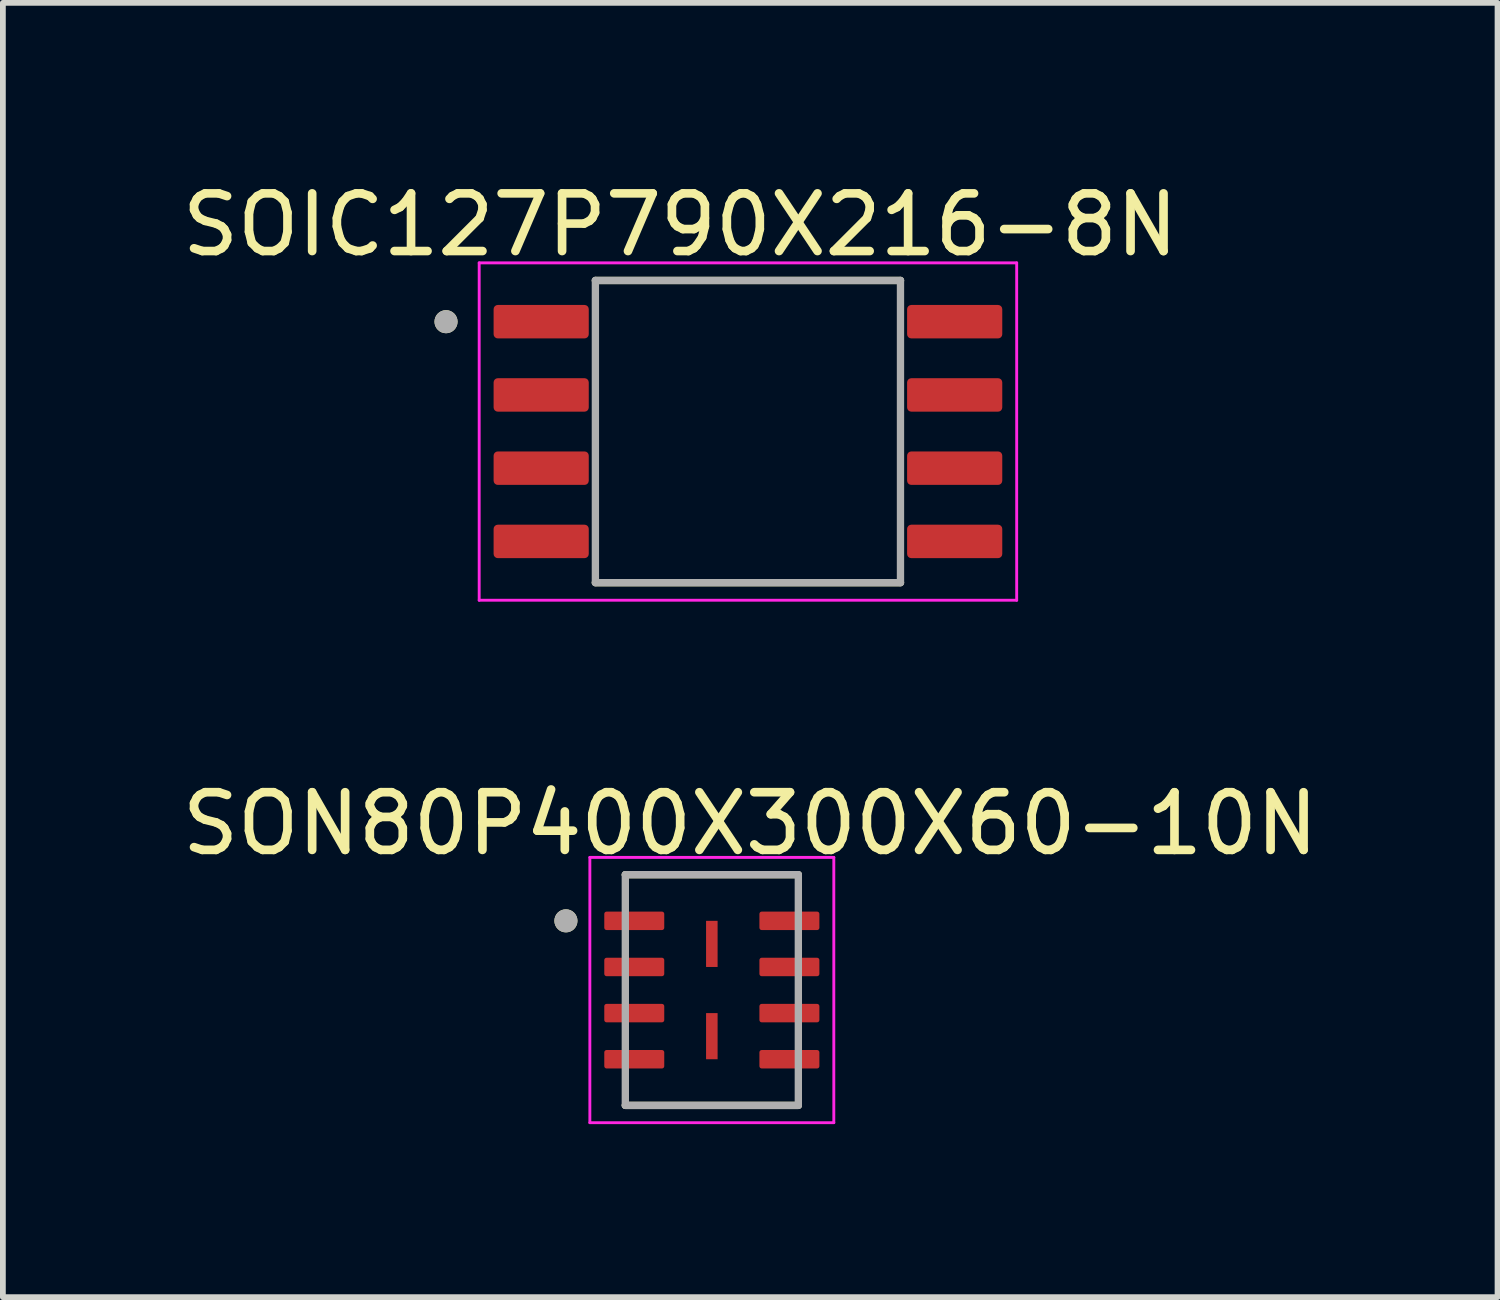
<source format=kicad_pcb>
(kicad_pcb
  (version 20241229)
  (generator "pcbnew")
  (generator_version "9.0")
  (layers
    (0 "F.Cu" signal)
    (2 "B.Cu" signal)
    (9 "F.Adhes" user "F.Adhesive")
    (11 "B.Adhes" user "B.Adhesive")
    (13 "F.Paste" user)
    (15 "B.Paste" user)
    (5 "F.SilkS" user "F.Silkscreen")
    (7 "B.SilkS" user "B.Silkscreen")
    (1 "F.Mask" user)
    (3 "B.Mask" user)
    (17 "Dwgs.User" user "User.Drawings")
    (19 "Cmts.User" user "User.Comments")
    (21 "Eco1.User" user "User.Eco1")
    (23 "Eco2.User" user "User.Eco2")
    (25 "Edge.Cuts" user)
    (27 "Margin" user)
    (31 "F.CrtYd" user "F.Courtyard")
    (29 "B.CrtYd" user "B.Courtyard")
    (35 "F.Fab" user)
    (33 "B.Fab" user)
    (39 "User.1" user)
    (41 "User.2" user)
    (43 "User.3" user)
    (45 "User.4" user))
  (footprint "SOIC127P790X216-8N"
    (layer "F.Cu")
    (at 9.919 4.433)
    (property "Reference" "SOIC127P790X216-8N" (at -1.175 -3.585 0) (layer "F.SilkS") (effects (font (size 1 1) (thickness 0.15))))
    (attr smd)
    (fp_line (start -2.645 -2.62) (end 2.645 -2.62) (stroke (width 0.127) (type solid)) (layer "F.SilkS"))
    (fp_line (start -2.645 2.62) (end 2.645 2.62) (stroke (width 0.127) (type solid)) (layer "F.SilkS"))
    (fp_circle (center -5.235 -1.905) (end -5.135 -1.905) (stroke (width 0.2) (type solid)) (fill no) (layer "F.SilkS"))
    (fp_line (start -4.66 -2.925) (end -4.66 2.925) (stroke (width 0.05) (type solid)) (layer "F.CrtYd"))
    (fp_line (start -4.66 -2.925) (end 4.66 -2.925) (stroke (width 0.05) (type solid)) (layer "F.CrtYd"))
    (fp_line (start -4.66 2.925) (end 4.66 2.925) (stroke (width 0.05) (type solid)) (layer "F.CrtYd"))
    (fp_line (start 4.66 -2.925) (end 4.66 2.925) (stroke (width 0.05) (type solid)) (layer "F.CrtYd"))
    (fp_line (start -2.645 -2.62) (end -2.645 2.62) (stroke (width 0.127) (type solid)) (layer "F.Fab"))
    (fp_line (start -2.645 -2.62) (end 2.645 -2.62) (stroke (width 0.127) (type solid)) (layer "F.Fab"))
    (fp_line (start -2.645 2.62) (end 2.645 2.62) (stroke (width 0.127) (type solid)) (layer "F.Fab"))
    (fp_line (start 2.645 -2.62) (end 2.645 2.62) (stroke (width 0.127) (type solid)) (layer "F.Fab"))
    (fp_circle (center -5.235 -1.905) (end -5.135 -1.905) (stroke (width 0.2) (type solid)) (fill no) (layer "F.Fab"))
    (pad "1" smd roundrect (at -3.585 -1.905) (size 1.65 0.58) (layers "F.Cu" "F.Mask" "F.Paste") (roundrect_rratio 0.125))
    (pad "2" smd roundrect (at -3.585 -0.635) (size 1.65 0.58) (layers "F.Cu" "F.Mask" "F.Paste") (roundrect_rratio 0.125))
    (pad "3" smd roundrect (at -3.585 0.635) (size 1.65 0.58) (layers "F.Cu" "F.Mask" "F.Paste") (roundrect_rratio 0.125))
    (pad "4" smd roundrect (at -3.585 1.905) (size 1.65 0.58) (layers "F.Cu" "F.Mask" "F.Paste") (roundrect_rratio 0.125))
    (pad "5" smd roundrect (at 3.585 1.905) (size 1.65 0.58) (layers "F.Cu" "F.Mask" "F.Paste") (roundrect_rratio 0.125))
    (pad "6" smd roundrect (at 3.585 0.635) (size 1.65 0.58) (layers "F.Cu" "F.Mask" "F.Paste") (roundrect_rratio 0.125))
    (pad "7" smd roundrect (at 3.585 -0.635) (size 1.65 0.58) (layers "F.Cu" "F.Mask" "F.Paste") (roundrect_rratio 0.125))
    (pad "8" smd roundrect (at 3.585 -1.905) (size 1.65 0.58) (layers "F.Cu" "F.Mask" "F.Paste") (roundrect_rratio 0.125)))
  (footprint "SON80P400X300X60-10N"
    (layer "F.Cu")
    (at 9.293 14.117)
    (property "Reference" "SON80P400X300X60-10N" (at 0.665 -2.885 0) (layer "F.SilkS") (effects (font (size 1 1) (thickness 0.15))))
    (attr smd)
    (fp_line (start -1.5 -2) (end 1.5 -2) (stroke (width 0.127) (type solid)) (layer "F.SilkS"))
    (fp_line (start -1.5 2) (end 1.5 2) (stroke (width 0.127) (type solid)) (layer "F.SilkS"))
    (fp_circle (center -2.53 -1.2) (end -2.43 -1.2) (stroke (width 0.2) (type solid)) (fill no) (layer "F.SilkS"))
    (fp_line (start -2.115 -2.3) (end -2.115 2.3) (stroke (width 0.05) (type solid)) (layer "F.CrtYd"))
    (fp_line (start -2.115 -2.3) (end 2.115 -2.3) (stroke (width 0.05) (type solid)) (layer "F.CrtYd"))
    (fp_line (start -2.115 2.3) (end 2.115 2.3) (stroke (width 0.05) (type solid)) (layer "F.CrtYd"))
    (fp_line (start 2.115 -2.3) (end 2.115 2.3) (stroke (width 0.05) (type solid)) (layer "F.CrtYd"))
    (fp_line (start -1.5 -2) (end -1.5 2) (stroke (width 0.127) (type solid)) (layer "F.Fab"))
    (fp_line (start -1.5 -2) (end 1.5 -2) (stroke (width 0.127) (type solid)) (layer "F.Fab"))
    (fp_line (start -1.5 2) (end 1.5 2) (stroke (width 0.127) (type solid)) (layer "F.Fab"))
    (fp_line (start 1.5 -2) (end 1.5 2) (stroke (width 0.127) (type solid)) (layer "F.Fab"))
    (fp_circle (center -2.53 -1.2) (end -2.43 -1.2) (stroke (width 0.2) (type solid)) (fill no) (layer "F.Fab"))
    (pad "1" smd roundrect (at -1.345 -1.2) (size 1.04 0.32) (layers "F.Cu" "F.Mask" "F.Paste") (roundrect_rratio 0.125))
    (pad "2" smd roundrect (at -1.345 -0.4) (size 1.04 0.32) (layers "F.Cu" "F.Mask" "F.Paste") (roundrect_rratio 0.125))
    (pad "3" smd roundrect (at -1.345 0.4) (size 1.04 0.32) (layers "F.Cu" "F.Mask" "F.Paste") (roundrect_rratio 0.125))
    (pad "4" smd roundrect (at -1.345 1.2) (size 1.04 0.32) (layers "F.Cu" "F.Mask" "F.Paste") (roundrect_rratio 0.125))
    (pad "5" smd roundrect (at 1.345 1.2) (size 1.04 0.32) (layers "F.Cu" "F.Mask" "F.Paste") (roundrect_rratio 0.125))
    (pad "6" smd roundrect (at 1.345 0.4) (size 1.04 0.32) (layers "F.Cu" "F.Mask" "F.Paste") (roundrect_rratio 0.125))
    (pad "7" smd roundrect (at 1.345 -0.4) (size 1.04 0.32) (layers "F.Cu" "F.Mask" "F.Paste") (roundrect_rratio 0.125))
    (pad "8" smd roundrect (at 1.345 -1.2) (size 1.04 0.32) (layers "F.Cu" "F.Mask" "F.Paste") (roundrect_rratio 0.125))
    (pad "9" smd rect (at 0 -0.8) (size 0.2 0.8) (layers "F.Cu" "F.Mask" "F.Paste"))
    (pad "10" smd rect (at 0 0.8) (size 0.2 0.8) (layers "F.Cu" "F.Mask" "F.Paste")))
  (gr_rect
    (start -3 -3)
    (end 22.917 19.442)
    (stroke (width 0.1) (type default))
    (fill no)
    (layer "Edge.Cuts")))
</source>
